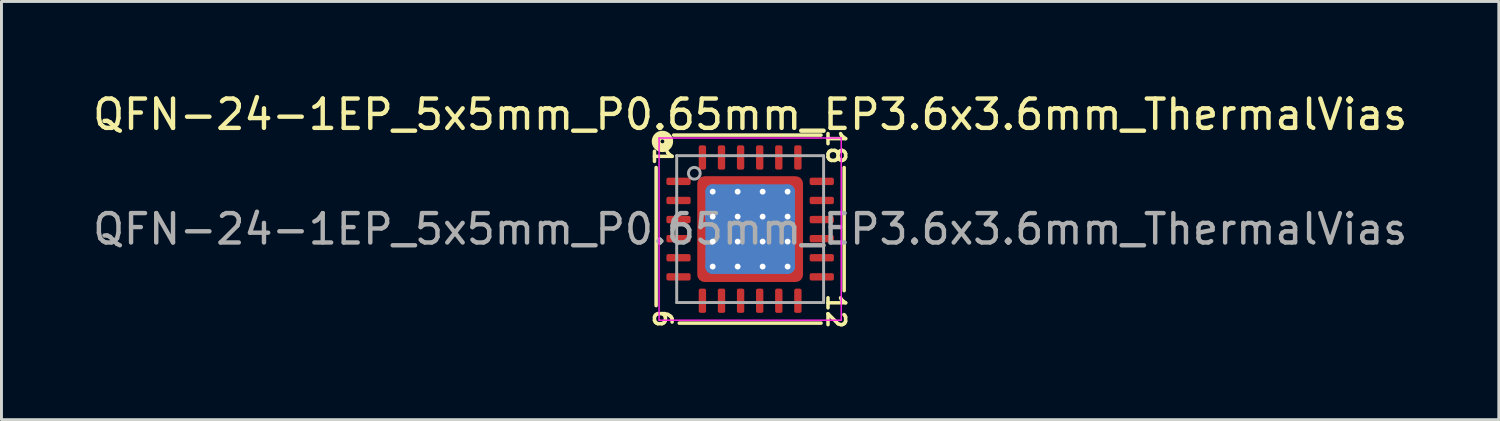
<source format=kicad_pcb>
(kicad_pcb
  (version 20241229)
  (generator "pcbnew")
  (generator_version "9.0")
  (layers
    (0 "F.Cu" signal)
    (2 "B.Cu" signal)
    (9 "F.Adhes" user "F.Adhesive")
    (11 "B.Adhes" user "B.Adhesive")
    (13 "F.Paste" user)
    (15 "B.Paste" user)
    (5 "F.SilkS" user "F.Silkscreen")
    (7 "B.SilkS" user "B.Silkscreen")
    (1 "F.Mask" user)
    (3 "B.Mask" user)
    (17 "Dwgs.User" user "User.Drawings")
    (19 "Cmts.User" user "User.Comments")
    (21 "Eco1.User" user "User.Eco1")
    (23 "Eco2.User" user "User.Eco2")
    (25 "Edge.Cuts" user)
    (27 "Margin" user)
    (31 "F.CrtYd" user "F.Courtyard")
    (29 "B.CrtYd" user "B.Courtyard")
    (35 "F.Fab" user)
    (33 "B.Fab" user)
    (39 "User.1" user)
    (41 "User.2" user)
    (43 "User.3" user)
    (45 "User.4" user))
  (footprint "QFN-24-1EP_5x5mm_P0.65mm_EP3.6x3.6mm_ThermalVias"
    (layer "F.Cu")
    (at 22.482 4.748)
    (property "Reference" "QFN-24-1EP_5x5mm_P0.65mm_EP3.6x3.6mm_ThermalVias" (at 0 -3.9 0) (layer "F.SilkS") (effects (font (size 1 1) (thickness 0.15))))
    (attr smd)
    (fp_line (start -3.2 -2.095) (end -3.2 2.603) (stroke (width 0.12) (type solid)) (layer "F.SilkS"))
    (fp_line (start -2.413 3.2) (end 2.413 3.2) (stroke (width 0.12) (type solid)) (layer "F.SilkS"))
    (fp_line (start 2.413 -3.2) (end -2.603 -3.2) (stroke (width 0.12) (type solid)) (layer "F.SilkS"))
    (fp_line (start 3.2 2.095) (end 3.2 -2.095) (stroke (width 0.12) (type solid)) (layer "F.SilkS"))
    (fp_circle (center -2.985 -2.985) (end -2.921 -2.985) (stroke (width 0.3) (type solid)) (fill no) (layer "F.SilkS"))
    (fp_line (start -3.1 -3.1) (end -3.1 3.1) (stroke (width 0.05) (type solid)) (layer "F.CrtYd"))
    (fp_line (start -3.1 3.1) (end 3.1 3.1) (stroke (width 0.05) (type solid)) (layer "F.CrtYd"))
    (fp_line (start 3.1 -3.1) (end -3.1 -3.1) (stroke (width 0.05) (type solid)) (layer "F.CrtYd"))
    (fp_line (start 3.1 3.1) (end 3.1 -3.1) (stroke (width 0.05) (type solid)) (layer "F.CrtYd"))
    (fp_line (start -2.5 -2.5) (end 2.5 -2.5) (stroke (width 0.1) (type solid)) (layer "F.Fab"))
    (fp_line (start -2.5 2.5) (end -2.5 -2.5) (stroke (width 0.1) (type solid)) (layer "F.Fab"))
    (fp_line (start 2.5 -2.5) (end 2.5 2.5) (stroke (width 0.1) (type solid)) (layer "F.Fab"))
    (fp_line (start 2.5 2.5) (end -2.5 2.5) (stroke (width 0.1) (type solid)) (layer "F.Fab"))
    (fp_circle (center -1.9 -1.9) (end -1.7 -1.9) (stroke (width 0.1) (type solid)) (fill no) (layer "F.Fab"))
    (fp_text user "18" (at 2.921 -2.794 270) (unlocked yes) (layer "F.SilkS") (effects (font (size 0.6 0.6) (thickness 0.12))))
    (fp_text user "1" (at -2.985 -2.477 270) (unlocked yes) (layer "F.SilkS") (effects (font (size 0.6 0.6) (thickness 0.12))))
    (fp_text user "12" (at 2.921 2.794 270) (unlocked yes) (layer "F.SilkS") (effects (font (size 0.6 0.6) (thickness 0.12))))
    (fp_text user "6" (at -2.985 3.048 270) (unlocked yes) (layer "F.SilkS") (effects (font (size 0.6 0.6) (thickness 0.12))))
    (fp_text user "${REFERENCE}" (at 0 0 0) (layer "F.Fab") (effects (font (size 1 1) (thickness 0.15))))
    (pad "" smd custom (at -1.538 -1.538) (size 0.295 0.295) (layers "F.Paste") (options (anchor circle)) (primitives (gr_poly (pts (xy 0.106 -0.013) (xy -0.013 0.106) (xy -0.106 0.106) (xy -0.106 -0.106) (xy 0.106 -0.106)) (width 0.212) (fill yes))))
    (pad "" smd custom (at -1.538 -0.85) (size 0.317 0.317) (layers "F.Paste") (options (anchor circle)) (primitives (gr_poly (pts (xy 0.106 -0.149) (xy 0.106 0.149) (xy 0.018 0.237) (xy -0.106 0.237) (xy -0.106 -0.237) (xy 0.018 -0.237)) (width 0.212) (fill yes))))
    (pad "" smd custom (at -1.538 0) (size 0.317 0.317) (layers "F.Paste") (options (anchor circle)) (primitives (gr_poly (pts (xy 0.106 -0.149) (xy 0.106 0.149) (xy 0.018 0.237) (xy -0.106 0.237) (xy -0.106 -0.237) (xy 0.018 -0.237)) (width 0.212) (fill yes))))
    (pad "" smd custom (at -1.538 0.85) (size 0.317 0.317) (layers "F.Paste") (options (anchor circle)) (primitives (gr_poly (pts (xy 0.106 -0.149) (xy 0.106 0.149) (xy 0.018 0.237) (xy -0.106 0.237) (xy -0.106 -0.237) (xy 0.018 -0.237)) (width 0.212) (fill yes))))
    (pad "" smd custom (at -1.538 1.538) (size 0.295 0.295) (layers "F.Paste") (options (anchor circle)) (primitives (gr_poly (pts (xy 0.106 0.013) (xy 0.106 0.106) (xy -0.106 0.106) (xy -0.106 -0.106) (xy -0.013 -0.106)) (width 0.212) (fill yes))))
    (pad "" smd custom (at -0.85 -1.538) (size 0.317 0.317) (layers "F.Paste") (options (anchor circle)) (primitives (gr_poly (pts (xy 0.237 0.018) (xy 0.149 0.106) (xy -0.149 0.106) (xy -0.237 0.018) (xy -0.237 -0.106) (xy 0.237 -0.106)) (width 0.212) (fill yes))))
    (pad "" smd custom (at -0.85 -0.85) (size 0.602 0.602) (layers "F.Paste") (options (anchor circle)) (primitives (gr_poly (pts (xy 0.259 -0.19) (xy 0.259 0.19) (xy 0.19 0.259) (xy -0.19 0.259) (xy -0.259 0.19) (xy -0.259 -0.19) (xy -0.19 -0.259) (xy 0.19 -0.259)) (width 0.167) (fill yes))))
    (pad "" smd custom (at -0.85 0) (size 0.602 0.602) (layers "F.Paste") (options (anchor circle)) (primitives (gr_poly (pts (xy 0.259 -0.19) (xy 0.259 0.19) (xy 0.19 0.259) (xy -0.19 0.259) (xy -0.259 0.19) (xy -0.259 -0.19) (xy -0.19 -0.259) (xy 0.19 -0.259)) (width 0.167) (fill yes))))
    (pad "" smd custom (at -0.85 0.85) (size 0.602 0.602) (layers "F.Paste") (options (anchor circle)) (primitives (gr_poly (pts (xy 0.259 -0.19) (xy 0.259 0.19) (xy 0.19 0.259) (xy -0.19 0.259) (xy -0.259 0.19) (xy -0.259 -0.19) (xy -0.19 -0.259) (xy 0.19 -0.259)) (width 0.167) (fill yes))))
    (pad "" smd custom (at -0.85 1.538) (size 0.317 0.317) (layers "F.Paste") (options (anchor circle)) (primitives (gr_poly (pts (xy 0.237 -0.018) (xy 0.237 0.106) (xy -0.237 0.106) (xy -0.237 -0.018) (xy -0.149 -0.106) (xy 0.149 -0.106)) (width 0.212) (fill yes))))
    (pad "" smd custom (at 0 -1.538) (size 0.317 0.317) (layers "F.Paste") (options (anchor circle)) (primitives (gr_poly (pts (xy 0.237 0.018) (xy 0.149 0.106) (xy -0.149 0.106) (xy -0.237 0.018) (xy -0.237 -0.106) (xy 0.237 -0.106)) (width 0.212) (fill yes))))
    (pad "" smd custom (at 0 -0.85) (size 0.602 0.602) (layers "F.Paste") (options (anchor circle)) (primitives (gr_poly (pts (xy 0.259 -0.19) (xy 0.259 0.19) (xy 0.19 0.259) (xy -0.19 0.259) (xy -0.259 0.19) (xy -0.259 -0.19) (xy -0.19 -0.259) (xy 0.19 -0.259)) (width 0.167) (fill yes))))
    (pad "" smd custom (at 0 0) (size 0.602 0.602) (layers "F.Paste") (options (anchor circle)) (primitives (gr_poly (pts (xy 0.259 -0.19) (xy 0.259 0.19) (xy 0.19 0.259) (xy -0.19 0.259) (xy -0.259 0.19) (xy -0.259 -0.19) (xy -0.19 -0.259) (xy 0.19 -0.259)) (width 0.167) (fill yes))))
    (pad "" smd custom (at 0 0.85) (size 0.602 0.602) (layers "F.Paste") (options (anchor circle)) (primitives (gr_poly (pts (xy 0.259 -0.19) (xy 0.259 0.19) (xy 0.19 0.259) (xy -0.19 0.259) (xy -0.259 0.19) (xy -0.259 -0.19) (xy -0.19 -0.259) (xy 0.19 -0.259)) (width 0.167) (fill yes))))
    (pad "" smd custom (at 0 1.538) (size 0.317 0.317) (layers "F.Paste") (options (anchor circle)) (primitives (gr_poly (pts (xy 0.237 -0.018) (xy 0.237 0.106) (xy -0.237 0.106) (xy -0.237 -0.018) (xy -0.149 -0.106) (xy 0.149 -0.106)) (width 0.212) (fill yes))))
    (pad "" smd custom (at 0.85 -1.538) (size 0.317 0.317) (layers "F.Paste") (options (anchor circle)) (primitives (gr_poly (pts (xy 0.237 0.018) (xy 0.149 0.106) (xy -0.149 0.106) (xy -0.237 0.018) (xy -0.237 -0.106) (xy 0.237 -0.106)) (width 0.212) (fill yes))))
    (pad "" smd custom (at 0.85 -0.85) (size 0.602 0.602) (layers "F.Paste") (options (anchor circle)) (primitives (gr_poly (pts (xy 0.259 -0.19) (xy 0.259 0.19) (xy 0.19 0.259) (xy -0.19 0.259) (xy -0.259 0.19) (xy -0.259 -0.19) (xy -0.19 -0.259) (xy 0.19 -0.259)) (width 0.167) (fill yes))))
    (pad "" smd custom (at 0.85 0) (size 0.602 0.602) (layers "F.Paste") (options (anchor circle)) (primitives (gr_poly (pts (xy 0.259 -0.19) (xy 0.259 0.19) (xy 0.19 0.259) (xy -0.19 0.259) (xy -0.259 0.19) (xy -0.259 -0.19) (xy -0.19 -0.259) (xy 0.19 -0.259)) (width 0.167) (fill yes))))
    (pad "" smd custom (at 0.85 0.85) (size 0.602 0.602) (layers "F.Paste") (options (anchor circle)) (primitives (gr_poly (pts (xy 0.259 -0.19) (xy 0.259 0.19) (xy 0.19 0.259) (xy -0.19 0.259) (xy -0.259 0.19) (xy -0.259 -0.19) (xy -0.19 -0.259) (xy 0.19 -0.259)) (width 0.167) (fill yes))))
    (pad "" smd custom (at 0.85 1.538) (size 0.317 0.317) (layers "F.Paste") (options (anchor circle)) (primitives (gr_poly (pts (xy 0.237 -0.018) (xy 0.237 0.106) (xy -0.237 0.106) (xy -0.237 -0.018) (xy -0.149 -0.106) (xy 0.149 -0.106)) (width 0.212) (fill yes))))
    (pad "" smd custom (at 1.538 -1.538) (size 0.295 0.295) (layers "F.Paste") (options (anchor circle)) (primitives (gr_poly (pts (xy 0.106 0.106) (xy 0.013 0.106) (xy -0.106 -0.013) (xy -0.106 -0.106) (xy 0.106 -0.106)) (width 0.212) (fill yes))))
    (pad "" smd custom (at 1.538 -0.85) (size 0.317 0.317) (layers "F.Paste") (options (anchor circle)) (primitives (gr_poly (pts (xy 0.106 0.237) (xy -0.018 0.237) (xy -0.106 0.149) (xy -0.106 -0.149) (xy -0.018 -0.237) (xy 0.106 -0.237)) (width 0.212) (fill yes))))
    (pad "" smd custom (at 1.538 0) (size 0.317 0.317) (layers "F.Paste") (options (anchor circle)) (primitives (gr_poly (pts (xy 0.106 0.237) (xy -0.018 0.237) (xy -0.106 0.149) (xy -0.106 -0.149) (xy -0.018 -0.237) (xy 0.106 -0.237)) (width 0.212) (fill yes))))
    (pad "" smd custom (at 1.538 0.85) (size 0.317 0.317) (layers "F.Paste") (options (anchor circle)) (primitives (gr_poly (pts (xy 0.106 0.237) (xy -0.018 0.237) (xy -0.106 0.149) (xy -0.106 -0.149) (xy -0.018 -0.237) (xy 0.106 -0.237)) (width 0.212) (fill yes))))
    (pad "" smd custom (at 1.538 1.538) (size 0.295 0.295) (layers "F.Paste") (options (anchor circle)) (primitives (gr_poly (pts (xy 0.106 0.106) (xy -0.106 0.106) (xy -0.106 0.013) (xy 0.013 -0.106) (xy 0.106 -0.106)) (width 0.212) (fill yes))))
    (pad "1" smd roundrect (at -2.438 -1.625) (size 0.825 0.25) (layers "F.Cu" "F.Mask" "F.Paste") (roundrect_rratio 0.25))
    (pad "2" smd roundrect (at -2.438 -0.975) (size 0.825 0.25) (layers "F.Cu" "F.Mask" "F.Paste") (roundrect_rratio 0.25))
    (pad "3" smd roundrect (at -2.438 -0.325) (size 0.825 0.25) (layers "F.Cu" "F.Mask" "F.Paste") (roundrect_rratio 0.25))
    (pad "4" smd roundrect (at -2.438 0.325) (size 0.825 0.25) (layers "F.Cu" "F.Mask" "F.Paste") (roundrect_rratio 0.25))
    (pad "5" smd roundrect (at -2.438 0.975) (size 0.825 0.25) (layers "F.Cu" "F.Mask" "F.Paste") (roundrect_rratio 0.25))
    (pad "6" smd roundrect (at -2.438 1.625) (size 0.825 0.25) (layers "F.Cu" "F.Mask" "F.Paste") (roundrect_rratio 0.25))
    (pad "7" smd roundrect (at -1.625 2.438) (size 0.25 0.825) (layers "F.Cu" "F.Mask" "F.Paste") (roundrect_rratio 0.25))
    (pad "8" smd roundrect (at -0.975 2.438) (size 0.25 0.825) (layers "F.Cu" "F.Mask" "F.Paste") (roundrect_rratio 0.25))
    (pad "9" smd roundrect (at -0.325 2.438) (size 0.25 0.825) (layers "F.Cu" "F.Mask" "F.Paste") (roundrect_rratio 0.25))
    (pad "10" smd roundrect (at 0.325 2.438) (size 0.25 0.825) (layers "F.Cu" "F.Mask" "F.Paste") (roundrect_rratio 0.25))
    (pad "11" smd roundrect (at 0.975 2.438) (size 0.25 0.825) (layers "F.Cu" "F.Mask" "F.Paste") (roundrect_rratio 0.25))
    (pad "12" smd roundrect (at 1.625 2.438) (size 0.25 0.825) (layers "F.Cu" "F.Mask" "F.Paste") (roundrect_rratio 0.25))
    (pad "13" smd roundrect (at 2.438 1.625) (size 0.825 0.25) (layers "F.Cu" "F.Mask" "F.Paste") (roundrect_rratio 0.25))
    (pad "14" smd roundrect (at 2.438 0.975) (size 0.825 0.25) (layers "F.Cu" "F.Mask" "F.Paste") (roundrect_rratio 0.25))
    (pad "15" smd roundrect (at 2.438 0.325) (size 0.825 0.25) (layers "F.Cu" "F.Mask" "F.Paste") (roundrect_rratio 0.25))
    (pad "16" smd roundrect (at 2.438 -0.325) (size 0.825 0.25) (layers "F.Cu" "F.Mask" "F.Paste") (roundrect_rratio 0.25))
    (pad "17" smd roundrect (at 2.438 -0.975) (size 0.825 0.25) (layers "F.Cu" "F.Mask" "F.Paste") (roundrect_rratio 0.25))
    (pad "18" smd roundrect (at 2.438 -1.625) (size 0.825 0.25) (layers "F.Cu" "F.Mask" "F.Paste") (roundrect_rratio 0.25))
    (pad "19" smd roundrect (at 1.625 -2.438) (size 0.25 0.825) (layers "F.Cu" "F.Mask" "F.Paste") (roundrect_rratio 0.25))
    (pad "20" smd roundrect (at 0.975 -2.438) (size 0.25 0.825) (layers "F.Cu" "F.Mask" "F.Paste") (roundrect_rratio 0.25))
    (pad "21" smd roundrect (at 0.325 -2.438) (size 0.25 0.825) (layers "F.Cu" "F.Mask" "F.Paste") (roundrect_rratio 0.25))
    (pad "22" smd roundrect (at -0.325 -2.438) (size 0.25 0.825) (layers "F.Cu" "F.Mask" "F.Paste") (roundrect_rratio 0.25))
    (pad "23" smd roundrect (at -0.975 -2.438) (size 0.25 0.825) (layers "F.Cu" "F.Mask" "F.Paste") (roundrect_rratio 0.25))
    (pad "24" smd roundrect (at -1.625 -2.438) (size 0.25 0.825) (layers "F.Cu" "F.Mask" "F.Paste") (roundrect_rratio 0.25))
    (pad "25" thru_hole circle (at -1.275 -1.275) (size 0.5 0.5) (drill 0.2) (property pad_prop_heatsink) (layers "*.Cu"))
    (pad "25" thru_hole circle (at -1.275 -0.425) (size 0.5 0.5) (drill 0.2) (property pad_prop_heatsink) (layers "*.Cu"))
    (pad "25" thru_hole circle (at -1.275 0.425) (size 0.5 0.5) (drill 0.2) (property pad_prop_heatsink) (layers "*.Cu"))
    (pad "25" thru_hole circle (at -1.275 1.275) (size 0.5 0.5) (drill 0.2) (property pad_prop_heatsink) (layers "*.Cu"))
    (pad "25" thru_hole circle (at -0.425 -1.275) (size 0.5 0.5) (drill 0.2) (property pad_prop_heatsink) (layers "*.Cu"))
    (pad "25" thru_hole circle (at -0.425 -0.425) (size 0.5 0.5) (drill 0.2) (property pad_prop_heatsink) (layers "*.Cu"))
    (pad "25" thru_hole circle (at -0.425 0.425) (size 0.5 0.5) (drill 0.2) (property pad_prop_heatsink) (layers "*.Cu"))
    (pad "25" thru_hole circle (at -0.425 1.275) (size 0.5 0.5) (drill 0.2) (property pad_prop_heatsink) (layers "*.Cu"))
    (pad "25" smd roundrect (at 0 0) (size 3.05 3.05) (layers "B.Cu" "B.Mask") (roundrect_rratio 0.082))
    (pad "25" smd roundrect (at 0 0) (size 3.6 3.6) (layers "F.Cu" "F.Mask") (roundrect_rratio 0.069))
    (pad "25" thru_hole circle (at 0.425 -1.275) (size 0.5 0.5) (drill 0.2) (property pad_prop_heatsink) (layers "*.Cu"))
    (pad "25" thru_hole circle (at 0.425 -0.425) (size 0.5 0.5) (drill 0.2) (property pad_prop_heatsink) (layers "*.Cu"))
    (pad "25" thru_hole circle (at 0.425 0.425) (size 0.5 0.5) (drill 0.2) (property pad_prop_heatsink) (layers "*.Cu"))
    (pad "25" thru_hole circle (at 0.425 1.275) (size 0.5 0.5) (drill 0.2) (property pad_prop_heatsink) (layers "*.Cu"))
    (pad "25" thru_hole circle (at 1.275 -1.275) (size 0.5 0.5) (drill 0.2) (property pad_prop_heatsink) (layers "*.Cu"))
    (pad "25" thru_hole circle (at 1.275 -0.425) (size 0.5 0.5) (drill 0.2) (property pad_prop_heatsink) (layers "*.Cu"))
    (pad "25" thru_hole circle (at 1.275 0.425) (size 0.5 0.5) (drill 0.2) (property pad_prop_heatsink) (layers "*.Cu"))
    (pad "25" thru_hole circle (at 1.275 1.275) (size 0.5 0.5) (drill 0.2) (property pad_prop_heatsink) (layers "*.Cu")))
  (gr_rect
    (start -3 -3)
    (end 47.964 11.234)
    (stroke (width 0.1) (type default))
    (fill no)
    (layer "Edge.Cuts")))
</source>
